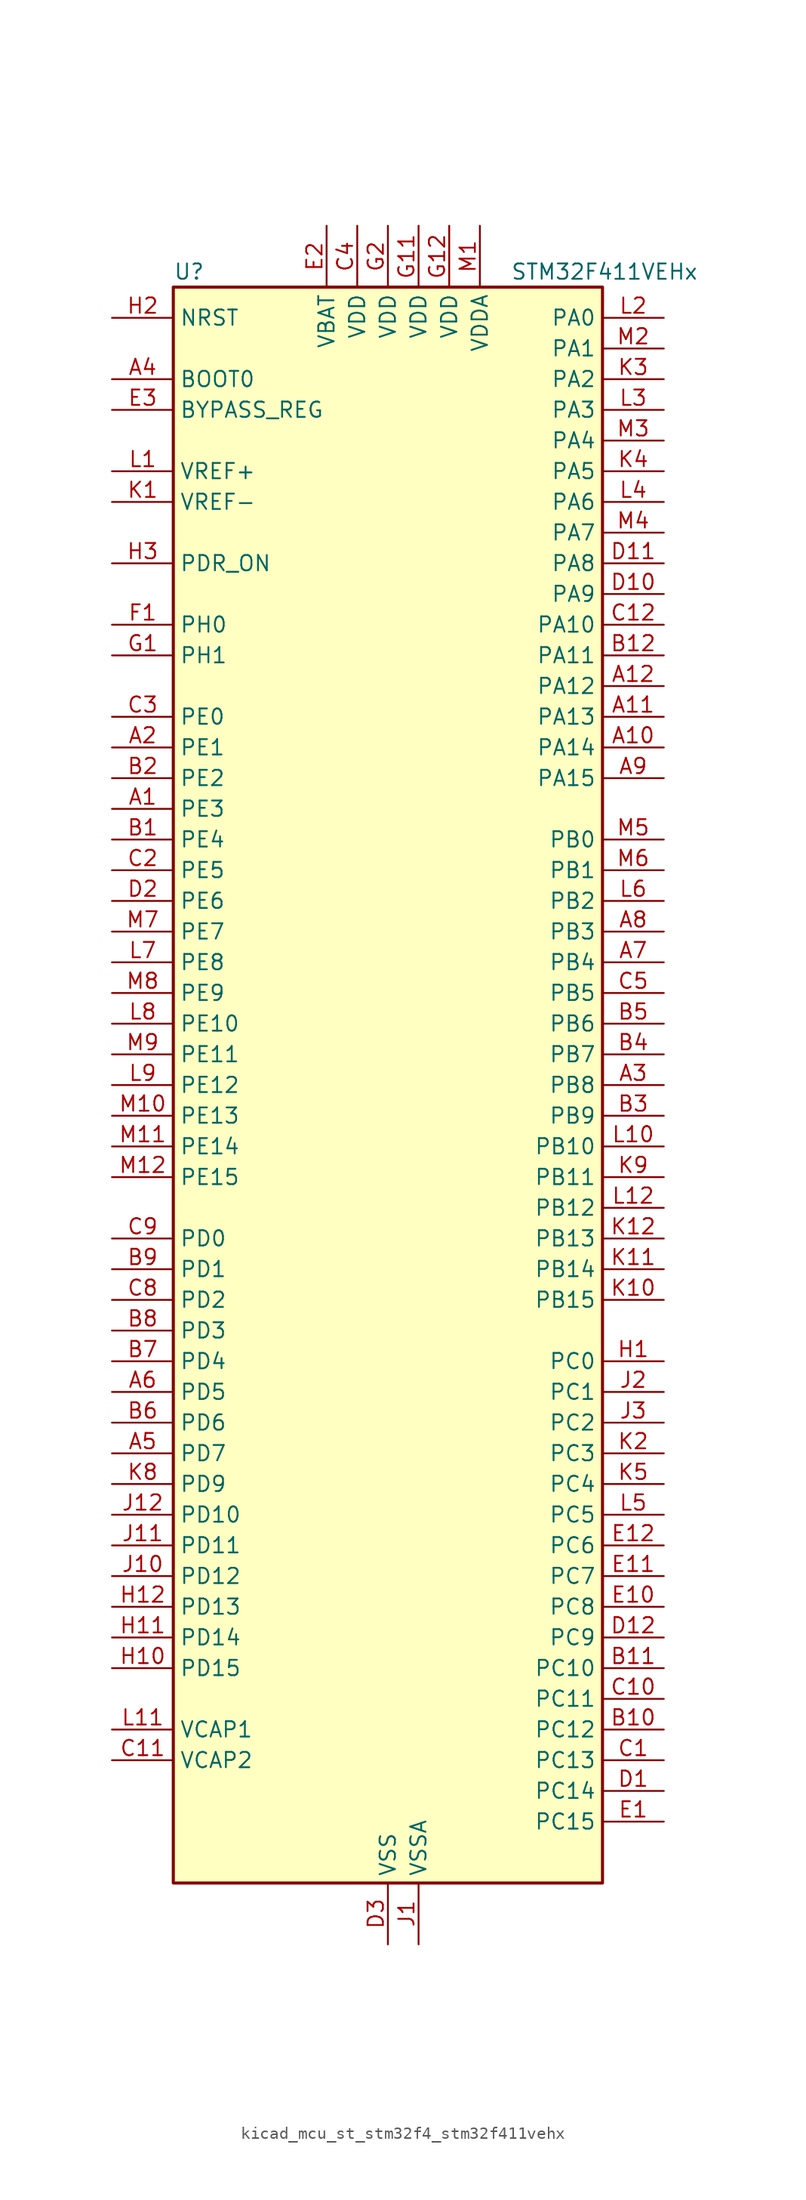
<source format=kicad_sym>
(kicad_symbol_lib
  (version 20220914)
  (generator kicad_symbol_editor)
  (symbol "kicad_mcu_st_stm32f4_stm32f411vehx"
    (property "Reference" "U"
      (at -17.78 67.31 0)
      (effects (font (size 1.27 1.27)) (justify left)))
    (property "Value" "STM32F411VEHx"
      (at 10.16 67.31 0)
      (effects (font (size 1.27 1.27)) (justify left)))
    (property "ki_locked" ""
      (at 0 0 0)
      (effects (font (size 1.27 1.27))))
    (symbol "kicad_mcu_st_stm32f4_stm32f411vehx_0_1"
      (rectangle (start -17.78 -66.04) (end 17.78 66.04) (stroke (width 0.254) (type default)) (fill (type background))))
    (symbol "kicad_mcu_st_stm32f4_stm32f411vehx_1_1"
      (pin bidirectional line (at -22.86 22.86 0) (length 5.08) (name "PE3" (effects (font (size 1.27 1.27)))) (number "A1" (effects (font (size 1.27 1.27)))) (alternate "SYS_TRACED0" bidirectional line))
      (pin bidirectional line (at 22.86 27.94 180) (length 5.08) (name "PA14" (effects (font (size 1.27 1.27)))) (number "A10" (effects (font (size 1.27 1.27)))) (alternate "SYS_JTCK-SWCLK" bidirectional line))
      (pin bidirectional line (at 22.86 30.48 180) (length 5.08) (name "PA13" (effects (font (size 1.27 1.27)))) (number "A11" (effects (font (size 1.27 1.27)))) (alternate "SYS_JTMS-SWDIO" bidirectional line))
      (pin bidirectional line (at 22.86 33.02 180) (length 5.08) (name "PA12" (effects (font (size 1.27 1.27)))) (number "A12" (effects (font (size 1.27 1.27)))) (alternate "SPI5_MISO" bidirectional line) (alternate "TIM1_ETR" bidirectional line) (alternate "USART1_RTS" bidirectional line) (alternate "USART6_RX" bidirectional line) (alternate "USB_OTG_FS_DP" bidirectional line))
      (pin bidirectional line (at -22.86 27.94 0) (length 5.08) (name "PE1" (effects (font (size 1.27 1.27)))) (number "A2" (effects (font (size 1.27 1.27)))))
      (pin bidirectional line (at 22.86 0 180) (length 5.08) (name "PB8" (effects (font (size 1.27 1.27)))) (number "A3" (effects (font (size 1.27 1.27)))) (alternate "I2C1_SCL" bidirectional line) (alternate "I2C3_SDA" bidirectional line) (alternate "I2S5_SD" bidirectional line) (alternate "SDIO_D4" bidirectional line) (alternate "SPI5_MOSI" bidirectional line) (alternate "TIM10_CH1" bidirectional line) (alternate "TIM4_CH3" bidirectional line))
      (pin input line (at -22.86 58.42 0) (length 5.08) (name "BOOT0" (effects (font (size 1.27 1.27)))) (number "A4" (effects (font (size 1.27 1.27)))))
      (pin bidirectional line (at -22.86 -30.48 0) (length 5.08) (name "PD7" (effects (font (size 1.27 1.27)))) (number "A5" (effects (font (size 1.27 1.27)))) (alternate "USART2_CK" bidirectional line))
      (pin bidirectional line (at -22.86 -25.4 0) (length 5.08) (name "PD5" (effects (font (size 1.27 1.27)))) (number "A6" (effects (font (size 1.27 1.27)))) (alternate "USART2_TX" bidirectional line))
      (pin bidirectional line (at 22.86 10.16 180) (length 5.08) (name "PB4" (effects (font (size 1.27 1.27)))) (number "A7" (effects (font (size 1.27 1.27)))) (alternate "I2C3_SDA" bidirectional line) (alternate "I2S3_ext_SD" bidirectional line) (alternate "SDIO_D0" bidirectional line) (alternate "SPI1_MISO" bidirectional line) (alternate "SPI3_MISO" bidirectional line) (alternate "SYS_JTRST" bidirectional line) (alternate "TIM3_CH1" bidirectional line))
      (pin bidirectional line (at 22.86 12.7 180) (length 5.08) (name "PB3" (effects (font (size 1.27 1.27)))) (number "A8" (effects (font (size 1.27 1.27)))) (alternate "I2C2_SDA" bidirectional line) (alternate "I2S1_CK" bidirectional line) (alternate "I2S3_CK" bidirectional line) (alternate "SPI1_SCK" bidirectional line) (alternate "SPI3_SCK" bidirectional line) (alternate "SYS_JTDO-SWO" bidirectional line) (alternate "TIM2_CH2" bidirectional line) (alternate "USART1_RX" bidirectional line))
      (pin bidirectional line (at 22.86 25.4 180) (length 5.08) (name "PA15" (effects (font (size 1.27 1.27)))) (number "A9" (effects (font (size 1.27 1.27)))) (alternate "ADC1_EXTI15" bidirectional line) (alternate "I2S1_WS" bidirectional line) (alternate "I2S3_WS" bidirectional line) (alternate "SPI1_NSS" bidirectional line) (alternate "SPI3_NSS" bidirectional line) (alternate "SYS_JTDI" bidirectional line) (alternate "TIM2_CH1" bidirectional line) (alternate "TIM2_ETR" bidirectional line) (alternate "USART1_TX" bidirectional line))
      (pin bidirectional line (at -22.86 20.32 0) (length 5.08) (name "PE4" (effects (font (size 1.27 1.27)))) (number "B1" (effects (font (size 1.27 1.27)))) (alternate "I2S4_WS" bidirectional line) (alternate "I2S5_WS" bidirectional line) (alternate "SPI4_NSS" bidirectional line) (alternate "SPI5_NSS" bidirectional line) (alternate "SYS_TRACED1" bidirectional line))
      (pin bidirectional line (at 22.86 -53.34 180) (length 5.08) (name "PC12" (effects (font (size 1.27 1.27)))) (number "B10" (effects (font (size 1.27 1.27)))) (alternate "I2S3_SD" bidirectional line) (alternate "SDIO_CK" bidirectional line) (alternate "SPI3_MOSI" bidirectional line))
      (pin bidirectional line (at 22.86 -48.26 180) (length 5.08) (name "PC10" (effects (font (size 1.27 1.27)))) (number "B11" (effects (font (size 1.27 1.27)))) (alternate "I2S3_CK" bidirectional line) (alternate "SDIO_D2" bidirectional line) (alternate "SPI3_SCK" bidirectional line))
      (pin bidirectional line (at 22.86 35.56 180) (length 5.08) (name "PA11" (effects (font (size 1.27 1.27)))) (number "B12" (effects (font (size 1.27 1.27)))) (alternate "ADC1_EXTI11" bidirectional line) (alternate "SPI4_MISO" bidirectional line) (alternate "TIM1_CH4" bidirectional line) (alternate "USART1_CTS" bidirectional line) (alternate "USART6_TX" bidirectional line) (alternate "USB_OTG_FS_DM" bidirectional line))
      (pin bidirectional line (at -22.86 25.4 0) (length 5.08) (name "PE2" (effects (font (size 1.27 1.27)))) (number "B2" (effects (font (size 1.27 1.27)))) (alternate "I2S4_CK" bidirectional line) (alternate "I2S5_CK" bidirectional line) (alternate "SPI4_SCK" bidirectional line) (alternate "SPI5_SCK" bidirectional line) (alternate "SYS_TRACECLK" bidirectional line))
      (pin bidirectional line (at 22.86 -2.54 180) (length 5.08) (name "PB9" (effects (font (size 1.27 1.27)))) (number "B3" (effects (font (size 1.27 1.27)))) (alternate "I2C1_SDA" bidirectional line) (alternate "I2C2_SDA" bidirectional line) (alternate "I2S2_WS" bidirectional line) (alternate "SDIO_D5" bidirectional line) (alternate "SPI2_NSS" bidirectional line) (alternate "TIM11_CH1" bidirectional line) (alternate "TIM4_CH4" bidirectional line))
      (pin bidirectional line (at 22.86 2.54 180) (length 5.08) (name "PB7" (effects (font (size 1.27 1.27)))) (number "B4" (effects (font (size 1.27 1.27)))) (alternate "I2C1_SDA" bidirectional line) (alternate "SDIO_D0" bidirectional line) (alternate "TIM4_CH2" bidirectional line) (alternate "USART1_RX" bidirectional line))
      (pin bidirectional line (at 22.86 5.08 180) (length 5.08) (name "PB6" (effects (font (size 1.27 1.27)))) (number "B5" (effects (font (size 1.27 1.27)))) (alternate "I2C1_SCL" bidirectional line) (alternate "TIM4_CH1" bidirectional line) (alternate "USART1_TX" bidirectional line))
      (pin bidirectional line (at -22.86 -27.94 0) (length 5.08) (name "PD6" (effects (font (size 1.27 1.27)))) (number "B6" (effects (font (size 1.27 1.27)))) (alternate "I2S3_SD" bidirectional line) (alternate "SPI3_MOSI" bidirectional line) (alternate "USART2_RX" bidirectional line))
      (pin bidirectional line (at -22.86 -22.86 0) (length 5.08) (name "PD4" (effects (font (size 1.27 1.27)))) (number "B7" (effects (font (size 1.27 1.27)))) (alternate "USART2_RTS" bidirectional line))
      (pin bidirectional line (at -22.86 -20.32 0) (length 5.08) (name "PD3" (effects (font (size 1.27 1.27)))) (number "B8" (effects (font (size 1.27 1.27)))) (alternate "I2S2_CK" bidirectional line) (alternate "SPI2_SCK" bidirectional line) (alternate "USART2_CTS" bidirectional line))
      (pin bidirectional line (at -22.86 -15.24 0) (length 5.08) (name "PD1" (effects (font (size 1.27 1.27)))) (number "B9" (effects (font (size 1.27 1.27)))))
      (pin bidirectional line (at 22.86 -55.88 180) (length 5.08) (name "PC13" (effects (font (size 1.27 1.27)))) (number "C1" (effects (font (size 1.27 1.27)))) (alternate "RTC_AF1" bidirectional line))
      (pin bidirectional line (at 22.86 -50.8 180) (length 5.08) (name "PC11" (effects (font (size 1.27 1.27)))) (number "C10" (effects (font (size 1.27 1.27)))) (alternate "ADC1_EXTI11" bidirectional line) (alternate "I2S3_ext_SD" bidirectional line) (alternate "SDIO_D3" bidirectional line) (alternate "SPI3_MISO" bidirectional line))
      (pin power_out line (at -22.86 -55.88 0) (length 5.08) (name "VCAP2" (effects (font (size 1.27 1.27)))) (number "C11" (effects (font (size 1.27 1.27)))))
      (pin bidirectional line (at 22.86 38.1 180) (length 5.08) (name "PA10" (effects (font (size 1.27 1.27)))) (number "C12" (effects (font (size 1.27 1.27)))) (alternate "I2S5_SD" bidirectional line) (alternate "SPI5_MOSI" bidirectional line) (alternate "TIM1_CH3" bidirectional line) (alternate "USART1_RX" bidirectional line) (alternate "USB_OTG_FS_ID" bidirectional line))
      (pin bidirectional line (at -22.86 17.78 0) (length 5.08) (name "PE5" (effects (font (size 1.27 1.27)))) (number "C2" (effects (font (size 1.27 1.27)))) (alternate "SPI4_MISO" bidirectional line) (alternate "SPI5_MISO" bidirectional line) (alternate "SYS_TRACED2" bidirectional line) (alternate "TIM9_CH1" bidirectional line))
      (pin bidirectional line (at -22.86 30.48 0) (length 5.08) (name "PE0" (effects (font (size 1.27 1.27)))) (number "C3" (effects (font (size 1.27 1.27)))) (alternate "TIM4_ETR" bidirectional line))
      (pin power_in line (at -2.54 71.12 270) (length 5.08) (name "VDD" (effects (font (size 1.27 1.27)))) (number "C4" (effects (font (size 1.27 1.27)))))
      (pin bidirectional line (at 22.86 7.62 180) (length 5.08) (name "PB5" (effects (font (size 1.27 1.27)))) (number "C5" (effects (font (size 1.27 1.27)))) (alternate "I2C1_SMBA" bidirectional line) (alternate "I2S1_SD" bidirectional line) (alternate "I2S3_SD" bidirectional line) (alternate "SDIO_D3" bidirectional line) (alternate "SPI1_MOSI" bidirectional line) (alternate "SPI3_MOSI" bidirectional line) (alternate "TIM3_CH2" bidirectional line))
      (pin bidirectional line (at -22.86 -17.78 0) (length 5.08) (name "PD2" (effects (font (size 1.27 1.27)))) (number "C8" (effects (font (size 1.27 1.27)))) (alternate "SDIO_CMD" bidirectional line) (alternate "TIM3_ETR" bidirectional line))
      (pin bidirectional line (at -22.86 -12.7 0) (length 5.08) (name "PD0" (effects (font (size 1.27 1.27)))) (number "C9" (effects (font (size 1.27 1.27)))))
      (pin bidirectional line (at 22.86 -58.42 180) (length 5.08) (name "PC14" (effects (font (size 1.27 1.27)))) (number "D1" (effects (font (size 1.27 1.27)))) (alternate "RCC_OSC32_IN" bidirectional line))
      (pin bidirectional line (at 22.86 40.64 180) (length 5.08) (name "PA9" (effects (font (size 1.27 1.27)))) (number "D10" (effects (font (size 1.27 1.27)))) (alternate "I2C3_SMBA" bidirectional line) (alternate "SDIO_D2" bidirectional line) (alternate "TIM1_CH2" bidirectional line) (alternate "USART1_TX" bidirectional line) (alternate "USB_OTG_FS_VBUS" bidirectional line))
      (pin bidirectional line (at 22.86 43.18 180) (length 5.08) (name "PA8" (effects (font (size 1.27 1.27)))) (number "D11" (effects (font (size 1.27 1.27)))) (alternate "I2C3_SCL" bidirectional line) (alternate "RCC_MCO_1" bidirectional line) (alternate "SDIO_D1" bidirectional line) (alternate "TIM1_CH1" bidirectional line) (alternate "USART1_CK" bidirectional line) (alternate "USB_OTG_FS_SOF" bidirectional line))
      (pin bidirectional line (at 22.86 -45.72 180) (length 5.08) (name "PC9" (effects (font (size 1.27 1.27)))) (number "D12" (effects (font (size 1.27 1.27)))) (alternate "I2C3_SDA" bidirectional line) (alternate "I2S_CKIN" bidirectional line) (alternate "RCC_MCO_2" bidirectional line) (alternate "SDIO_D1" bidirectional line) (alternate "TIM3_CH4" bidirectional line))
      (pin bidirectional line (at -22.86 15.24 0) (length 5.08) (name "PE6" (effects (font (size 1.27 1.27)))) (number "D2" (effects (font (size 1.27 1.27)))) (alternate "I2S4_SD" bidirectional line) (alternate "I2S5_SD" bidirectional line) (alternate "SPI4_MOSI" bidirectional line) (alternate "SPI5_MOSI" bidirectional line) (alternate "SYS_TRACED3" bidirectional line) (alternate "TIM9_CH2" bidirectional line))
      (pin power_in line (at 0 -71.12 90) (length 5.08) (name "VSS" (effects (font (size 1.27 1.27)))) (number "D3" (effects (font (size 1.27 1.27)))))
      (pin bidirectional line (at 22.86 -60.96 180) (length 5.08) (name "PC15" (effects (font (size 1.27 1.27)))) (number "E1" (effects (font (size 1.27 1.27)))) (alternate "ADC1_EXTI15" bidirectional line) (alternate "RCC_OSC32_OUT" bidirectional line))
      (pin bidirectional line (at 22.86 -43.18 180) (length 5.08) (name "PC8" (effects (font (size 1.27 1.27)))) (number "E10" (effects (font (size 1.27 1.27)))) (alternate "SDIO_D0" bidirectional line) (alternate "TIM3_CH3" bidirectional line) (alternate "USART6_CK" bidirectional line))
      (pin bidirectional line (at 22.86 -40.64 180) (length 5.08) (name "PC7" (effects (font (size 1.27 1.27)))) (number "E11" (effects (font (size 1.27 1.27)))) (alternate "I2S2_CK" bidirectional line) (alternate "I2S3_MCK" bidirectional line) (alternate "SDIO_D7" bidirectional line) (alternate "SPI2_SCK" bidirectional line) (alternate "TIM3_CH2" bidirectional line) (alternate "USART6_RX" bidirectional line))
      (pin bidirectional line (at 22.86 -38.1 180) (length 5.08) (name "PC6" (effects (font (size 1.27 1.27)))) (number "E12" (effects (font (size 1.27 1.27)))) (alternate "I2S2_MCK" bidirectional line) (alternate "SDIO_D6" bidirectional line) (alternate "TIM3_CH1" bidirectional line) (alternate "USART6_TX" bidirectional line))
      (pin power_in line (at -5.08 71.12 270) (length 5.08) (name "VBAT" (effects (font (size 1.27 1.27)))) (number "E2" (effects (font (size 1.27 1.27)))))
      (pin input line (at -22.86 55.88 0) (length 5.08) (name "BYPASS_REG" (effects (font (size 1.27 1.27)))) (number "E3" (effects (font (size 1.27 1.27)))))
      (pin bidirectional line (at -22.86 38.1 0) (length 5.08) (name "PH0" (effects (font (size 1.27 1.27)))) (number "F1" (effects (font (size 1.27 1.27)))) (alternate "RCC_OSC_IN" bidirectional line))
      (pin passive line (at 0 -71.12 90) (length 5.08) hide (name "VSS" (effects (font (size 1.27 1.27)))) (number "F11" (effects (font (size 1.27 1.27)))))
      (pin passive line (at 0 -71.12 90) (length 5.08) hide (name "VSS" (effects (font (size 1.27 1.27)))) (number "F12" (effects (font (size 1.27 1.27)))))
      (pin passive line (at 0 -71.12 90) (length 5.08) hide (name "VSS" (effects (font (size 1.27 1.27)))) (number "F2" (effects (font (size 1.27 1.27)))))
      (pin bidirectional line (at -22.86 35.56 0) (length 5.08) (name "PH1" (effects (font (size 1.27 1.27)))) (number "G1" (effects (font (size 1.27 1.27)))) (alternate "RCC_OSC_OUT" bidirectional line))
      (pin power_in line (at 2.54 71.12 270) (length 5.08) (name "VDD" (effects (font (size 1.27 1.27)))) (number "G11" (effects (font (size 1.27 1.27)))))
      (pin power_in line (at 5.08 71.12 270) (length 5.08) (name "VDD" (effects (font (size 1.27 1.27)))) (number "G12" (effects (font (size 1.27 1.27)))))
      (pin power_in line (at 0 71.12 270) (length 5.08) (name "VDD" (effects (font (size 1.27 1.27)))) (number "G2" (effects (font (size 1.27 1.27)))))
      (pin bidirectional line (at 22.86 -22.86 180) (length 5.08) (name "PC0" (effects (font (size 1.27 1.27)))) (number "H1" (effects (font (size 1.27 1.27)))) (alternate "ADC1_IN10" bidirectional line))
      (pin bidirectional line (at -22.86 -48.26 0) (length 5.08) (name "PD15" (effects (font (size 1.27 1.27)))) (number "H10" (effects (font (size 1.27 1.27)))) (alternate "ADC1_EXTI15" bidirectional line) (alternate "TIM4_CH4" bidirectional line))
      (pin bidirectional line (at -22.86 -45.72 0) (length 5.08) (name "PD14" (effects (font (size 1.27 1.27)))) (number "H11" (effects (font (size 1.27 1.27)))) (alternate "TIM4_CH3" bidirectional line))
      (pin bidirectional line (at -22.86 -43.18 0) (length 5.08) (name "PD13" (effects (font (size 1.27 1.27)))) (number "H12" (effects (font (size 1.27 1.27)))) (alternate "TIM4_CH2" bidirectional line))
      (pin input line (at -22.86 63.5 0) (length 5.08) (name "NRST" (effects (font (size 1.27 1.27)))) (number "H2" (effects (font (size 1.27 1.27)))))
      (pin input line (at -22.86 43.18 0) (length 5.08) (name "PDR_ON" (effects (font (size 1.27 1.27)))) (number "H3" (effects (font (size 1.27 1.27)))))
      (pin power_in line (at 2.54 -71.12 90) (length 5.08) (name "VSSA" (effects (font (size 1.27 1.27)))) (number "J1" (effects (font (size 1.27 1.27)))))
      (pin bidirectional line (at -22.86 -40.64 0) (length 5.08) (name "PD12" (effects (font (size 1.27 1.27)))) (number "J10" (effects (font (size 1.27 1.27)))) (alternate "TIM4_CH1" bidirectional line))
      (pin bidirectional line (at -22.86 -38.1 0) (length 5.08) (name "PD11" (effects (font (size 1.27 1.27)))) (number "J11" (effects (font (size 1.27 1.27)))) (alternate "ADC1_EXTI11" bidirectional line))
      (pin bidirectional line (at -22.86 -35.56 0) (length 5.08) (name "PD10" (effects (font (size 1.27 1.27)))) (number "J12" (effects (font (size 1.27 1.27)))))
      (pin bidirectional line (at 22.86 -25.4 180) (length 5.08) (name "PC1" (effects (font (size 1.27 1.27)))) (number "J2" (effects (font (size 1.27 1.27)))) (alternate "ADC1_IN11" bidirectional line))
      (pin bidirectional line (at 22.86 -27.94 180) (length 5.08) (name "PC2" (effects (font (size 1.27 1.27)))) (number "J3" (effects (font (size 1.27 1.27)))) (alternate "ADC1_IN12" bidirectional line) (alternate "I2S2_ext_SD" bidirectional line) (alternate "SPI2_MISO" bidirectional line))
      (pin input line (at -22.86 48.26 0) (length 5.08) (name "VREF-" (effects (font (size 1.27 1.27)))) (number "K1" (effects (font (size 1.27 1.27)))))
      (pin bidirectional line (at 22.86 -17.78 180) (length 5.08) (name "PB15" (effects (font (size 1.27 1.27)))) (number "K10" (effects (font (size 1.27 1.27)))) (alternate "ADC1_EXTI15" bidirectional line) (alternate "I2S2_SD" bidirectional line) (alternate "RTC_REFIN" bidirectional line) (alternate "SDIO_CK" bidirectional line) (alternate "SPI2_MOSI" bidirectional line) (alternate "TIM1_CH3N" bidirectional line))
      (pin bidirectional line (at 22.86 -15.24 180) (length 5.08) (name "PB14" (effects (font (size 1.27 1.27)))) (number "K11" (effects (font (size 1.27 1.27)))) (alternate "I2S2_ext_SD" bidirectional line) (alternate "SDIO_D6" bidirectional line) (alternate "SPI2_MISO" bidirectional line) (alternate "TIM1_CH2N" bidirectional line))
      (pin bidirectional line (at 22.86 -12.7 180) (length 5.08) (name "PB13" (effects (font (size 1.27 1.27)))) (number "K12" (effects (font (size 1.27 1.27)))) (alternate "I2S2_CK" bidirectional line) (alternate "I2S4_CK" bidirectional line) (alternate "SPI2_SCK" bidirectional line) (alternate "SPI4_SCK" bidirectional line) (alternate "TIM1_CH1N" bidirectional line))
      (pin bidirectional line (at 22.86 -30.48 180) (length 5.08) (name "PC3" (effects (font (size 1.27 1.27)))) (number "K2" (effects (font (size 1.27 1.27)))) (alternate "ADC1_IN13" bidirectional line) (alternate "I2S2_SD" bidirectional line) (alternate "SPI2_MOSI" bidirectional line))
      (pin bidirectional line (at 22.86 58.42 180) (length 5.08) (name "PA2" (effects (font (size 1.27 1.27)))) (number "K3" (effects (font (size 1.27 1.27)))) (alternate "ADC1_IN2" bidirectional line) (alternate "I2S_CKIN" bidirectional line) (alternate "TIM2_CH3" bidirectional line) (alternate "TIM5_CH3" bidirectional line) (alternate "TIM9_CH1" bidirectional line) (alternate "USART2_TX" bidirectional line))
      (pin bidirectional line (at 22.86 50.8 180) (length 5.08) (name "PA5" (effects (font (size 1.27 1.27)))) (number "K4" (effects (font (size 1.27 1.27)))) (alternate "ADC1_IN5" bidirectional line) (alternate "I2S1_CK" bidirectional line) (alternate "SPI1_SCK" bidirectional line) (alternate "TIM2_CH1" bidirectional line) (alternate "TIM2_ETR" bidirectional line))
      (pin bidirectional line (at 22.86 -33.02 180) (length 5.08) (name "PC4" (effects (font (size 1.27 1.27)))) (number "K5" (effects (font (size 1.27 1.27)))) (alternate "ADC1_IN14" bidirectional line))
      (pin bidirectional line (at -22.86 -33.02 0) (length 5.08) (name "PD9" (effects (font (size 1.27 1.27)))) (number "K8" (effects (font (size 1.27 1.27)))))
      (pin bidirectional line (at 22.86 -7.62 180) (length 5.08) (name "PB11" (effects (font (size 1.27 1.27)))) (number "K9" (effects (font (size 1.27 1.27)))) (alternate "ADC1_EXTI11" bidirectional line) (alternate "I2C2_SDA" bidirectional line) (alternate "I2S_CKIN" bidirectional line) (alternate "TIM2_CH4" bidirectional line))
      (pin input line (at -22.86 50.8 0) (length 5.08) (name "VREF+" (effects (font (size 1.27 1.27)))) (number "L1" (effects (font (size 1.27 1.27)))))
      (pin bidirectional line (at 22.86 -5.08 180) (length 5.08) (name "PB10" (effects (font (size 1.27 1.27)))) (number "L10" (effects (font (size 1.27 1.27)))) (alternate "I2C2_SCL" bidirectional line) (alternate "I2S2_CK" bidirectional line) (alternate "I2S3_MCK" bidirectional line) (alternate "SDIO_D7" bidirectional line) (alternate "SPI2_SCK" bidirectional line) (alternate "TIM2_CH3" bidirectional line))
      (pin power_out line (at -22.86 -53.34 0) (length 5.08) (name "VCAP1" (effects (font (size 1.27 1.27)))) (number "L11" (effects (font (size 1.27 1.27)))))
      (pin bidirectional line (at 22.86 -10.16 180) (length 5.08) (name "PB12" (effects (font (size 1.27 1.27)))) (number "L12" (effects (font (size 1.27 1.27)))) (alternate "I2C2_SMBA" bidirectional line) (alternate "I2S2_WS" bidirectional line) (alternate "I2S3_CK" bidirectional line) (alternate "I2S4_WS" bidirectional line) (alternate "SPI2_NSS" bidirectional line) (alternate "SPI3_SCK" bidirectional line) (alternate "SPI4_NSS" bidirectional line) (alternate "TIM1_BKIN" bidirectional line))
      (pin bidirectional line (at 22.86 63.5 180) (length 5.08) (name "PA0" (effects (font (size 1.27 1.27)))) (number "L2" (effects (font (size 1.27 1.27)))) (alternate "ADC1_IN0" bidirectional line) (alternate "SYS_WKUP" bidirectional line) (alternate "TIM2_CH1" bidirectional line) (alternate "TIM2_ETR" bidirectional line) (alternate "TIM5_CH1" bidirectional line) (alternate "USART2_CTS" bidirectional line))
      (pin bidirectional line (at 22.86 55.88 180) (length 5.08) (name "PA3" (effects (font (size 1.27 1.27)))) (number "L3" (effects (font (size 1.27 1.27)))) (alternate "ADC1_IN3" bidirectional line) (alternate "I2S2_MCK" bidirectional line) (alternate "TIM2_CH4" bidirectional line) (alternate "TIM5_CH4" bidirectional line) (alternate "TIM9_CH2" bidirectional line) (alternate "USART2_RX" bidirectional line))
      (pin bidirectional line (at 22.86 48.26 180) (length 5.08) (name "PA6" (effects (font (size 1.27 1.27)))) (number "L4" (effects (font (size 1.27 1.27)))) (alternate "ADC1_IN6" bidirectional line) (alternate "I2S2_MCK" bidirectional line) (alternate "SDIO_CMD" bidirectional line) (alternate "SPI1_MISO" bidirectional line) (alternate "TIM1_BKIN" bidirectional line) (alternate "TIM3_CH1" bidirectional line))
      (pin bidirectional line (at 22.86 -35.56 180) (length 5.08) (name "PC5" (effects (font (size 1.27 1.27)))) (number "L5" (effects (font (size 1.27 1.27)))) (alternate "ADC1_IN15" bidirectional line))
      (pin bidirectional line (at 22.86 15.24 180) (length 5.08) (name "PB2" (effects (font (size 1.27 1.27)))) (number "L6" (effects (font (size 1.27 1.27)))))
      (pin bidirectional line (at -22.86 10.16 0) (length 5.08) (name "PE8" (effects (font (size 1.27 1.27)))) (number "L7" (effects (font (size 1.27 1.27)))) (alternate "TIM1_CH1N" bidirectional line))
      (pin bidirectional line (at -22.86 5.08 0) (length 5.08) (name "PE10" (effects (font (size 1.27 1.27)))) (number "L8" (effects (font (size 1.27 1.27)))) (alternate "TIM1_CH2N" bidirectional line))
      (pin bidirectional line (at -22.86 0 0) (length 5.08) (name "PE12" (effects (font (size 1.27 1.27)))) (number "L9" (effects (font (size 1.27 1.27)))) (alternate "I2S4_CK" bidirectional line) (alternate "I2S5_CK" bidirectional line) (alternate "SPI4_SCK" bidirectional line) (alternate "SPI5_SCK" bidirectional line) (alternate "TIM1_CH3N" bidirectional line))
      (pin power_in line (at 7.62 71.12 270) (length 5.08) (name "VDDA" (effects (font (size 1.27 1.27)))) (number "M1" (effects (font (size 1.27 1.27)))))
      (pin bidirectional line (at -22.86 -2.54 0) (length 5.08) (name "PE13" (effects (font (size 1.27 1.27)))) (number "M10" (effects (font (size 1.27 1.27)))) (alternate "SPI4_MISO" bidirectional line) (alternate "SPI5_MISO" bidirectional line) (alternate "TIM1_CH3" bidirectional line))
      (pin bidirectional line (at -22.86 -5.08 0) (length 5.08) (name "PE14" (effects (font (size 1.27 1.27)))) (number "M11" (effects (font (size 1.27 1.27)))) (alternate "I2S4_SD" bidirectional line) (alternate "I2S5_SD" bidirectional line) (alternate "SPI4_MOSI" bidirectional line) (alternate "SPI5_MOSI" bidirectional line) (alternate "TIM1_CH4" bidirectional line))
      (pin bidirectional line (at -22.86 -7.62 0) (length 5.08) (name "PE15" (effects (font (size 1.27 1.27)))) (number "M12" (effects (font (size 1.27 1.27)))) (alternate "ADC1_EXTI15" bidirectional line) (alternate "TIM1_BKIN" bidirectional line))
      (pin bidirectional line (at 22.86 60.96 180) (length 5.08) (name "PA1" (effects (font (size 1.27 1.27)))) (number "M2" (effects (font (size 1.27 1.27)))) (alternate "ADC1_IN1" bidirectional line) (alternate "I2S4_SD" bidirectional line) (alternate "SPI4_MOSI" bidirectional line) (alternate "TIM2_CH2" bidirectional line) (alternate "TIM5_CH2" bidirectional line) (alternate "USART2_RTS" bidirectional line))
      (pin bidirectional line (at 22.86 53.34 180) (length 5.08) (name "PA4" (effects (font (size 1.27 1.27)))) (number "M3" (effects (font (size 1.27 1.27)))) (alternate "ADC1_IN4" bidirectional line) (alternate "I2S1_WS" bidirectional line) (alternate "I2S3_WS" bidirectional line) (alternate "SPI1_NSS" bidirectional line) (alternate "SPI3_NSS" bidirectional line) (alternate "USART2_CK" bidirectional line))
      (pin bidirectional line (at 22.86 45.72 180) (length 5.08) (name "PA7" (effects (font (size 1.27 1.27)))) (number "M4" (effects (font (size 1.27 1.27)))) (alternate "ADC1_IN7" bidirectional line) (alternate "I2S1_SD" bidirectional line) (alternate "SPI1_MOSI" bidirectional line) (alternate "TIM1_CH1N" bidirectional line) (alternate "TIM3_CH2" bidirectional line))
      (pin bidirectional line (at 22.86 20.32 180) (length 5.08) (name "PB0" (effects (font (size 1.27 1.27)))) (number "M5" (effects (font (size 1.27 1.27)))) (alternate "ADC1_IN8" bidirectional line) (alternate "I2S5_CK" bidirectional line) (alternate "SPI5_SCK" bidirectional line) (alternate "TIM1_CH2N" bidirectional line) (alternate "TIM3_CH3" bidirectional line))
      (pin bidirectional line (at 22.86 17.78 180) (length 5.08) (name "PB1" (effects (font (size 1.27 1.27)))) (number "M6" (effects (font (size 1.27 1.27)))) (alternate "ADC1_IN9" bidirectional line) (alternate "I2S5_WS" bidirectional line) (alternate "SPI5_NSS" bidirectional line) (alternate "TIM1_CH3N" bidirectional line) (alternate "TIM3_CH4" bidirectional line))
      (pin bidirectional line (at -22.86 12.7 0) (length 5.08) (name "PE7" (effects (font (size 1.27 1.27)))) (number "M7" (effects (font (size 1.27 1.27)))) (alternate "TIM1_ETR" bidirectional line))
      (pin bidirectional line (at -22.86 7.62 0) (length 5.08) (name "PE9" (effects (font (size 1.27 1.27)))) (number "M8" (effects (font (size 1.27 1.27)))) (alternate "TIM1_CH1" bidirectional line))
      (pin bidirectional line (at -22.86 2.54 0) (length 5.08) (name "PE11" (effects (font (size 1.27 1.27)))) (number "M9" (effects (font (size 1.27 1.27)))) (alternate "ADC1_EXTI11" bidirectional line) (alternate "I2S4_WS" bidirectional line) (alternate "I2S5_WS" bidirectional line) (alternate "SPI4_NSS" bidirectional line) (alternate "SPI5_NSS" bidirectional line) (alternate "TIM1_CH2" bidirectional line)))))
</source>
